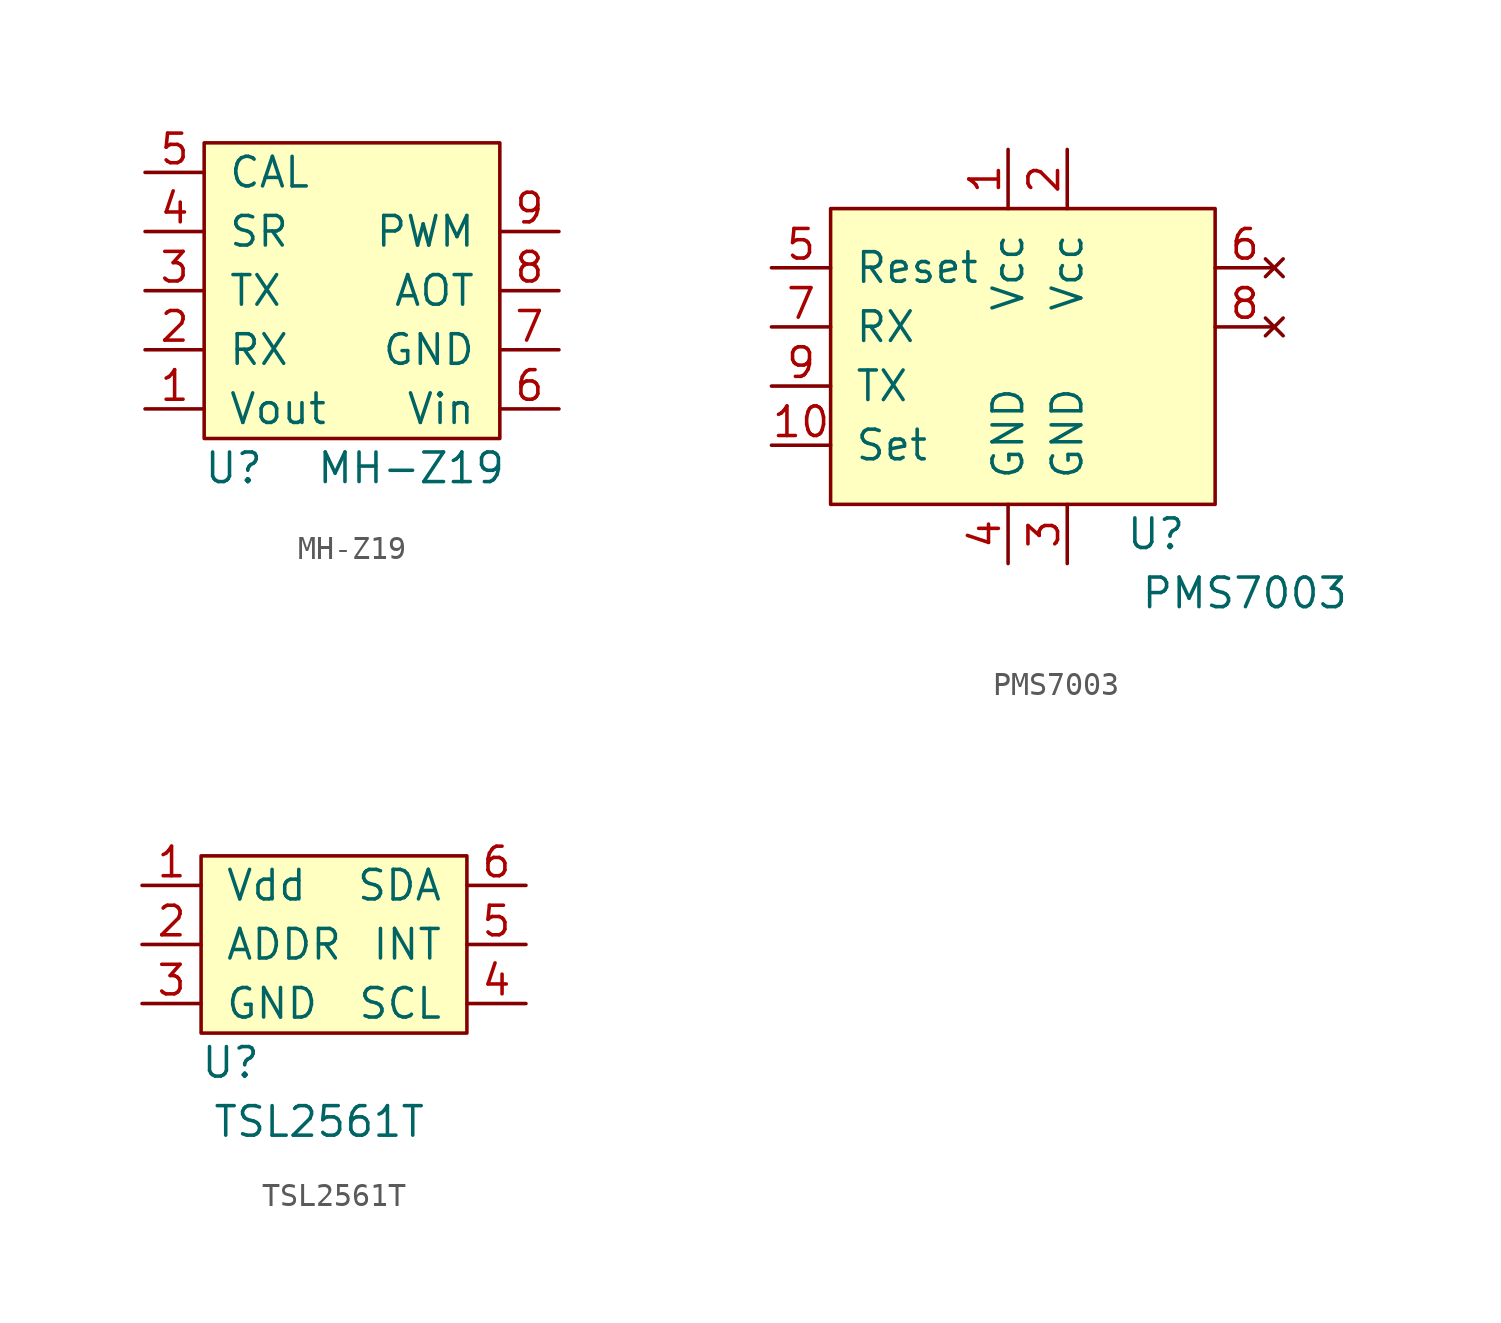
<source format=kicad_sym>
(kicad_symbol_lib
  (version 20220914)
  (generator kicad_symbol_editor)
  (symbol "MH-Z19"
    (pin_names
      (offset 1.016))
    (property "Reference" "U"
      (at -5.08 -7.62 0)
      (effects (font (size 1.27 1.27))))
    (property "Value" "MH-Z19"
      (at 2.54 -7.62 0)
      (effects (font (size 1.27 1.27))))
    (symbol "MH-Z19_0_1"
      (rectangle (start -6.35 6.35) (end 6.35 -6.35) (stroke (width 0) (type solid)) (fill (type background))))
    (symbol "MH-Z19_1_1"
      (pin output line (at -8.89 -5.08 0) (length 2.54) (name "Vout" (effects (font (size 1.27 1.27)))) (number "1" (effects (font (size 1.27 1.27)))))
      (pin input line (at -8.89 -2.54 0) (length 2.54) (name "RX" (effects (font (size 1.27 1.27)))) (number "2" (effects (font (size 1.27 1.27)))))
      (pin output line (at -8.89 0 0) (length 2.54) (name "TX" (effects (font (size 1.27 1.27)))) (number "3" (effects (font (size 1.27 1.27)))))
      (pin unspecified line (at -8.89 2.54 0) (length 2.54) (name "SR" (effects (font (size 1.27 1.27)))) (number "4" (effects (font (size 1.27 1.27)))))
      (pin input line (at -8.89 5.08 0) (length 2.54) (name "CAL" (effects (font (size 1.27 1.27)))) (number "5" (effects (font (size 1.27 1.27)))))
      (pin input line (at 8.89 -5.08 180) (length 2.54) (name "Vin" (effects (font (size 1.27 1.27)))) (number "6" (effects (font (size 1.27 1.27)))))
      (pin input line (at 8.89 -2.54 180) (length 2.54) (name "GND" (effects (font (size 1.27 1.27)))) (number "7" (effects (font (size 1.27 1.27)))))
      (pin unspecified line (at 8.89 0 180) (length 2.54) (name "AOT" (effects (font (size 1.27 1.27)))) (number "8" (effects (font (size 1.27 1.27)))))
      (pin output line (at 8.89 2.54 180) (length 2.54) (name "PWM" (effects (font (size 1.27 1.27)))) (number "9" (effects (font (size 1.27 1.27)))))))
  (symbol "PMS7003"
    (pin_names
      (offset 1.016))
    (property "Reference" "U"
      (at 11.43 -6.35 0)
      (effects (font (size 1.27 1.27))))
    (property "Value" "PMS7003"
      (at 15.24 -8.89 0)
      (effects (font (size 1.27 1.27))))
    (symbol "PMS7003_0_1"
      (rectangle (start -2.54 7.62) (end 13.97 -5.08) (stroke (width 0) (type solid)) (fill (type background))))
    (symbol "PMS7003_1_1"
      (pin input line (at 5.08 10.16 270) (length 2.54) (name "Vcc" (effects (font (size 1.27 1.27)))) (number "1" (effects (font (size 1.27 1.27)))))
      (pin input line (at -5.08 -2.54 0) (length 2.54) (name "Set" (effects (font (size 1.27 1.27)))) (number "10" (effects (font (size 1.27 1.27)))))
      (pin input line (at 7.62 10.16 270) (length 2.54) (name "Vcc" (effects (font (size 1.27 1.27)))) (number "2" (effects (font (size 1.27 1.27)))))
      (pin input line (at 7.62 -7.62 90) (length 2.54) (name "GND" (effects (font (size 1.27 1.27)))) (number "3" (effects (font (size 1.27 1.27)))))
      (pin input line (at 5.08 -7.62 90) (length 2.54) (name "GND" (effects (font (size 1.27 1.27)))) (number "4" (effects (font (size 1.27 1.27)))))
      (pin input line (at -5.08 5.08 0) (length 2.54) (name "Reset" (effects (font (size 1.27 1.27)))) (number "5" (effects (font (size 1.27 1.27)))))
      (pin no_connect line (at 16.51 5.08 180) (length 2.54) (name "~" (effects (font (size 1.27 1.27)))) (number "6" (effects (font (size 1.27 1.27)))))
      (pin input line (at -5.08 2.54 0) (length 2.54) (name "RX" (effects (font (size 1.27 1.27)))) (number "7" (effects (font (size 1.27 1.27)))))
      (pin no_connect line (at 16.51 2.54 180) (length 2.54) (name "~" (effects (font (size 1.27 1.27)))) (number "8" (effects (font (size 1.27 1.27)))))
      (pin output line (at -5.08 0 0) (length 2.54) (name "TX" (effects (font (size 1.27 1.27)))) (number "9" (effects (font (size 1.27 1.27)))))))
  (symbol "TSL2561T"
    (pin_names
      (offset 1.016))
    (property "Reference" "U"
      (at -5.08 -5.08 0)
      (effects (font (size 1.27 1.27))))
    (property "Value" "TSL2561T"
      (at -1.27 -7.62 0)
      (effects (font (size 1.27 1.27))))
    (symbol "TSL2561T_0_1"
      (rectangle (start -6.35 3.81) (end 5.08 -3.81) (stroke (width 0) (type solid)) (fill (type background))))
    (symbol "TSL2561T_1_1"
      (pin input line (at -8.89 2.54 0) (length 2.54) (name "Vdd" (effects (font (size 1.27 1.27)))) (number "1" (effects (font (size 1.27 1.27)))))
      (pin passive line (at -8.89 0 0) (length 2.54) (name "ADDR" (effects (font (size 1.27 1.27)))) (number "2" (effects (font (size 1.27 1.27)))))
      (pin input line (at -8.89 -2.54 0) (length 2.54) (name "GND" (effects (font (size 1.27 1.27)))) (number "3" (effects (font (size 1.27 1.27)))))
      (pin input line (at 7.62 -2.54 180) (length 2.54) (name "SCL" (effects (font (size 1.27 1.27)))) (number "4" (effects (font (size 1.27 1.27)))))
      (pin output line (at 7.62 0 180) (length 2.54) (name "INT" (effects (font (size 1.27 1.27)))) (number "5" (effects (font (size 1.27 1.27)))))
      (pin bidirectional line (at 7.62 2.54 180) (length 2.54) (name "SDA" (effects (font (size 1.27 1.27)))) (number "6" (effects (font (size 1.27 1.27))))))))
</source>
